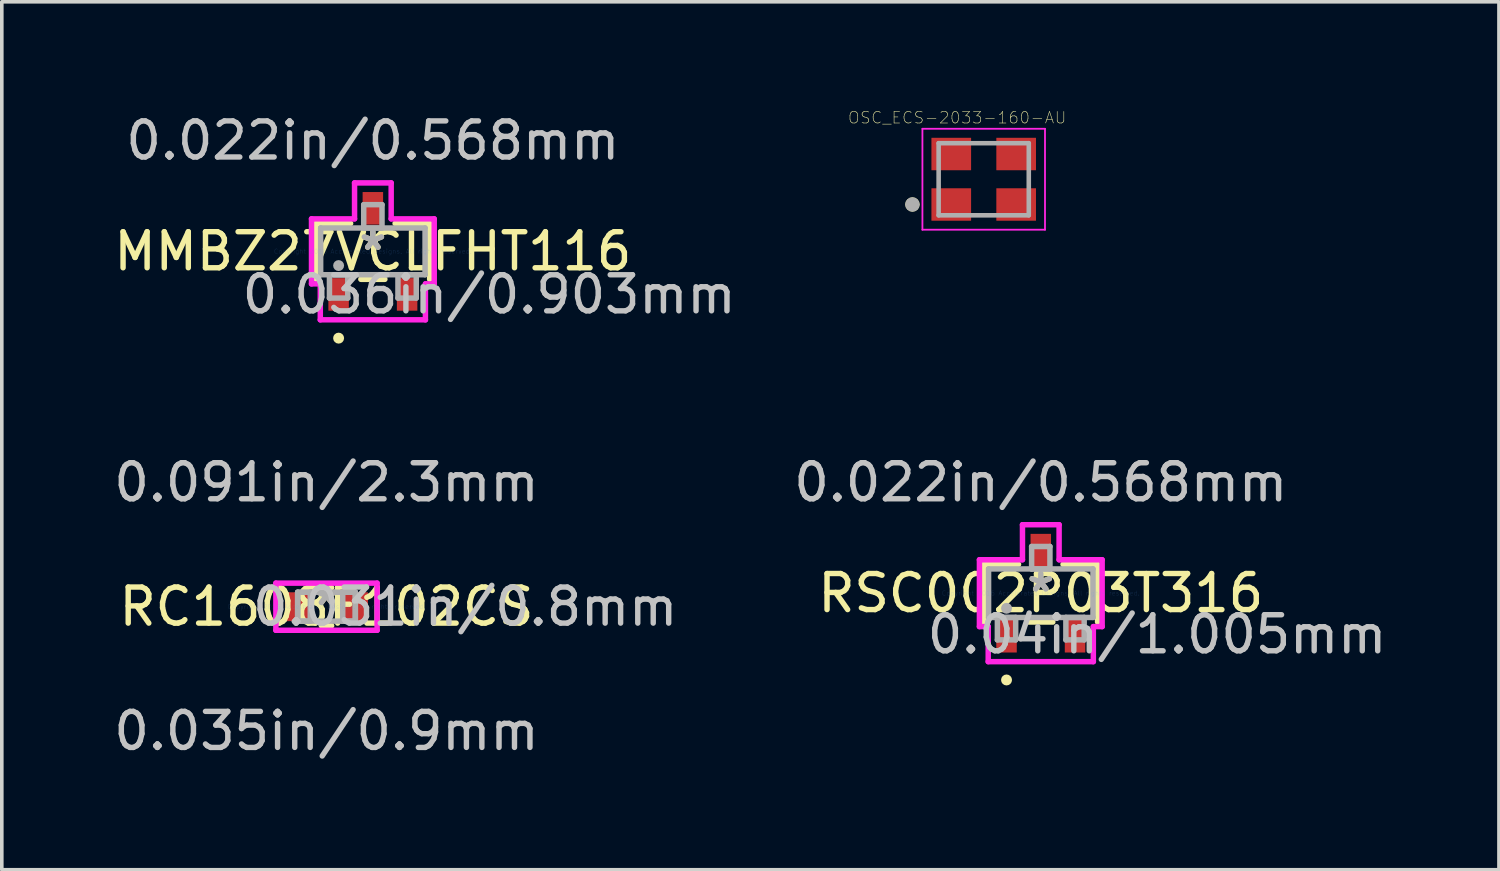
<source format=kicad_pcb>
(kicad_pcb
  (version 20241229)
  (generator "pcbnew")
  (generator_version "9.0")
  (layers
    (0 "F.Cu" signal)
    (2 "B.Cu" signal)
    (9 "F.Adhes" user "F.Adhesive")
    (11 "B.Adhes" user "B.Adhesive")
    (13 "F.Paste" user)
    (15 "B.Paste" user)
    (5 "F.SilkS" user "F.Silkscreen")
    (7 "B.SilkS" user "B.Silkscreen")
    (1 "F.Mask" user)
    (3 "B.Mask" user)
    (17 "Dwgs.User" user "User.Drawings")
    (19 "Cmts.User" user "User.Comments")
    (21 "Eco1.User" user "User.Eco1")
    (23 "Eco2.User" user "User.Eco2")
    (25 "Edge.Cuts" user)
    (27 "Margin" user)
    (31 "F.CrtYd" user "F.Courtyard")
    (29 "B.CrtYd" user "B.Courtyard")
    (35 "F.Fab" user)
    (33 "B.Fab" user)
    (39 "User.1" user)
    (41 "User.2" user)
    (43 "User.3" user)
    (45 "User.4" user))
  (footprint "RSC002P03T316"
    (layer "F.Cu")
    (at 25.818 13.403)
    (property "Reference" "RSC002P03T316" (at 0 0 0) (layer "F.SilkS") (effects (font (size 1 1) (thickness 0.15))))
    (attr through_hole)
    (fp_line (start -1.575 -0.8) (end -1.575 0.8) (stroke (width 0.152) (type solid)) (layer "F.SilkS"))
    (fp_line (start -0.617 -0.8) (end -1.575 -0.8) (stroke (width 0.152) (type solid)) (layer "F.SilkS"))
    (fp_line (start -0.333 0.8) (end 0.333 0.8) (stroke (width 0.152) (type solid)) (layer "F.SilkS"))
    (fp_line (start 1.575 -0.8) (end 0.617 -0.8) (stroke (width 0.152) (type solid)) (layer "F.SilkS"))
    (fp_line (start 1.575 0.8) (end 1.575 -0.8) (stroke (width 0.152) (type solid)) (layer "F.SilkS"))
    (fp_circle (center -0.95 2.407) (end -0.874 2.407) (stroke (width 0.152) (type solid)) (fill no) (layer "F.SilkS"))
    (fp_line (start -1.702 -0.927) (end -0.508 -0.927) (stroke (width 0.152) (type solid)) (layer "F.CrtYd"))
    (fp_line (start -1.702 0.927) (end -1.702 -0.927) (stroke (width 0.152) (type solid)) (layer "F.CrtYd"))
    (fp_line (start -1.458 0.927) (end -1.702 0.927) (stroke (width 0.152) (type solid)) (layer "F.CrtYd"))
    (fp_line (start -1.458 1.899) (end -1.458 0.927) (stroke (width 0.152) (type solid)) (layer "F.CrtYd"))
    (fp_line (start -0.508 -1.899) (end 0.508 -1.899) (stroke (width 0.152) (type solid)) (layer "F.CrtYd"))
    (fp_line (start -0.508 -0.927) (end -0.508 -1.899) (stroke (width 0.152) (type solid)) (layer "F.CrtYd"))
    (fp_line (start 0.508 -1.899) (end 0.508 -0.927) (stroke (width 0.152) (type solid)) (layer "F.CrtYd"))
    (fp_line (start 0.508 -0.927) (end 1.702 -0.927) (stroke (width 0.152) (type solid)) (layer "F.CrtYd"))
    (fp_line (start 1.458 0.927) (end 1.458 1.899) (stroke (width 0.152) (type solid)) (layer "F.CrtYd"))
    (fp_line (start 1.458 1.899) (end -1.458 1.899) (stroke (width 0.152) (type solid)) (layer "F.CrtYd"))
    (fp_line (start 1.702 -0.927) (end 1.702 0.927) (stroke (width 0.152) (type solid)) (layer "F.CrtYd"))
    (fp_line (start 1.702 0.927) (end 1.458 0.927) (stroke (width 0.152) (type solid)) (layer "F.CrtYd"))
    (fp_line (start -1.448 -0.673) (end -1.448 0.673) (stroke (width 0.152) (type solid)) (layer "F.Fab"))
    (fp_line (start -1.448 0.673) (end 1.448 0.673) (stroke (width 0.152) (type solid)) (layer "F.Fab"))
    (fp_line (start -1.204 0.673) (end -1.204 1.295) (stroke (width 0.152) (type solid)) (layer "F.Fab"))
    (fp_line (start -1.204 1.295) (end -0.696 1.295) (stroke (width 0.152) (type solid)) (layer "F.Fab"))
    (fp_line (start -0.696 0.673) (end -1.204 0.673) (stroke (width 0.152) (type solid)) (layer "F.Fab"))
    (fp_line (start -0.696 1.295) (end -0.696 0.673) (stroke (width 0.152) (type solid)) (layer "F.Fab"))
    (fp_line (start -0.254 -1.295) (end -0.254 -0.673) (stroke (width 0.152) (type solid)) (layer "F.Fab"))
    (fp_line (start -0.254 -0.673) (end 0.254 -0.673) (stroke (width 0.152) (type solid)) (layer "F.Fab"))
    (fp_line (start 0.254 -1.295) (end -0.254 -1.295) (stroke (width 0.152) (type solid)) (layer "F.Fab"))
    (fp_line (start 0.254 -0.673) (end 0.254 -1.295) (stroke (width 0.152) (type solid)) (layer "F.Fab"))
    (fp_line (start 0.696 0.673) (end 0.696 1.295) (stroke (width 0.152) (type solid)) (layer "F.Fab"))
    (fp_line (start 0.696 1.295) (end 1.204 1.295) (stroke (width 0.152) (type solid)) (layer "F.Fab"))
    (fp_line (start 1.204 0.673) (end 0.696 0.673) (stroke (width 0.152) (type solid)) (layer "F.Fab"))
    (fp_line (start 1.204 1.295) (end 1.204 0.673) (stroke (width 0.152) (type solid)) (layer "F.Fab"))
    (fp_line (start 1.448 -0.673) (end -1.448 -0.673) (stroke (width 0.152) (type solid)) (layer "F.Fab"))
    (fp_line (start 1.448 0.673) (end 1.448 -0.673) (stroke (width 0.152) (type solid)) (layer "F.Fab"))
    (fp_circle (center -0.95 0.419) (end -0.874 0.419) (stroke (width 0.152) (type solid)) (fill no) (layer "F.Fab"))
    (fp_text user "*" (at 0 0 0) (layer "F.SilkS") (effects (font (size 1 1) (thickness 0.15))))
    (fp_text user "0.022in/0.568mm" (at 0 -3.073 0) (layer "Dwgs.User") (effects (font (size 1 1) (thickness 0.15))))
    (fp_text user "0.04in/1.005mm" (at 3.226 1.143 0) (layer "Dwgs.User") (effects (font (size 1 1) (thickness 0.15))))
    (fp_text user "Copyright 2016 Accelerated Designs. All rights reserved." (at 0 0 0) (layer "Cmts.User") (effects (font (size 0.127 0.127) (thickness 0.002))))
    (fp_text user "*" (at 0 0 0) (layer "F.Fab") (effects (font (size 1 1) (thickness 0.15))))
    (pad "1" smd rect (at -0.95 1.143) (size 0.568 1.005) (layers "F.Cu" "F.Mask" "F.Paste"))
    (pad "2" smd rect (at 0.95 1.143) (size 0.568 1.005) (layers "F.Cu" "F.Mask" "F.Paste"))
    (pad "3" smd rect (at 0 -1.143) (size 0.568 1.005) (layers "F.Cu" "F.Mask" "F.Paste")))
  (footprint "OSC_ECS-2033-160-AU"
    (layer "F.Cu")
    (at 24.235 1.922)
    (property "Reference" "OSC_ECS-2033-160-AU" (at -0.736 -1.708 0) (layer "F.SilkS") (effects (font (size 0.321 0.321) (thickness 0.015))))
    (attr through_hole)
    (fp_circle (center -1.977 0.7) (end -1.877 0.7) (stroke (width 0.2) (type solid)) (fill no) (layer "F.SilkS"))
    (fp_line (start -1.7 -1.4) (end 1.7 -1.4) (stroke (width 0.05) (type solid)) (layer "F.CrtYd"))
    (fp_line (start -1.7 1.4) (end -1.7 -1.4) (stroke (width 0.05) (type solid)) (layer "F.CrtYd"))
    (fp_line (start 1.7 -1.4) (end 1.7 1.4) (stroke (width 0.05) (type solid)) (layer "F.CrtYd"))
    (fp_line (start 1.7 1.4) (end -1.7 1.4) (stroke (width 0.05) (type solid)) (layer "F.CrtYd"))
    (fp_line (start -1.25 -1) (end 1.25 -1) (stroke (width 0.127) (type solid)) (layer "F.Fab"))
    (fp_line (start -1.25 1) (end -1.25 -1) (stroke (width 0.127) (type solid)) (layer "F.Fab"))
    (fp_line (start 1.25 -1) (end 1.25 1) (stroke (width 0.127) (type solid)) (layer "F.Fab"))
    (fp_line (start 1.25 1) (end -1.25 1) (stroke (width 0.127) (type solid)) (layer "F.Fab"))
    (fp_circle (center -1.977 0.7) (end -1.877 0.7) (stroke (width 0.2) (type solid)) (fill no) (layer "F.Fab"))
    (pad "1" smd rect (at -0.9 0.7) (size 1.1 0.9) (layers "F.Cu" "F.Mask" "F.Paste"))
    (pad "2" smd rect (at 0.9 0.7) (size 1.1 0.9) (layers "F.Cu" "F.Mask" "F.Paste"))
    (pad "3" smd rect (at 0.9 -0.7) (size 1.1 0.9) (layers "F.Cu" "F.Mask" "F.Paste"))
    (pad "4" smd rect (at -0.9 -0.7) (size 1.1 0.9) (layers "F.Cu" "F.Mask" "F.Paste")))
  (footprint "MMBZ27VCLFHT116"
    (layer "F.Cu")
    (at 7.292 3.922)
    (property "Reference" "MMBZ27VCLFHT116" (at 0 0 0) (layer "F.SilkS") (effects (font (size 1 1) (thickness 0.15))))
    (attr through_hole)
    (fp_line (start -1.575 -0.775) (end -1.575 0.775) (stroke (width 0.152) (type solid)) (layer "F.SilkS"))
    (fp_line (start -0.617 -0.775) (end -1.575 -0.775) (stroke (width 0.152) (type solid)) (layer "F.SilkS"))
    (fp_line (start -0.333 0.775) (end 0.333 0.775) (stroke (width 0.152) (type solid)) (layer "F.SilkS"))
    (fp_line (start 1.575 -0.775) (end 0.617 -0.775) (stroke (width 0.152) (type solid)) (layer "F.SilkS"))
    (fp_line (start 1.575 0.775) (end 1.575 -0.775) (stroke (width 0.152) (type solid)) (layer "F.SilkS"))
    (fp_circle (center -0.95 2.407) (end -0.874 2.407) (stroke (width 0.152) (type solid)) (fill no) (layer "F.SilkS"))
    (fp_line (start -1.702 -0.902) (end -0.508 -0.902) (stroke (width 0.152) (type solid)) (layer "F.CrtYd"))
    (fp_line (start -1.702 0.902) (end -1.702 -0.902) (stroke (width 0.152) (type solid)) (layer "F.CrtYd"))
    (fp_line (start -1.458 0.902) (end -1.702 0.902) (stroke (width 0.152) (type solid)) (layer "F.CrtYd"))
    (fp_line (start -1.458 1.899) (end -1.458 0.902) (stroke (width 0.152) (type solid)) (layer "F.CrtYd"))
    (fp_line (start -0.508 -1.899) (end 0.508 -1.899) (stroke (width 0.152) (type solid)) (layer "F.CrtYd"))
    (fp_line (start -0.508 -0.902) (end -0.508 -1.899) (stroke (width 0.152) (type solid)) (layer "F.CrtYd"))
    (fp_line (start 0.508 -1.899) (end 0.508 -0.902) (stroke (width 0.152) (type solid)) (layer "F.CrtYd"))
    (fp_line (start 0.508 -0.902) (end 1.702 -0.902) (stroke (width 0.152) (type solid)) (layer "F.CrtYd"))
    (fp_line (start 1.458 0.902) (end 1.458 1.899) (stroke (width 0.152) (type solid)) (layer "F.CrtYd"))
    (fp_line (start 1.458 1.899) (end -1.458 1.899) (stroke (width 0.152) (type solid)) (layer "F.CrtYd"))
    (fp_line (start 1.702 -0.902) (end 1.702 0.902) (stroke (width 0.152) (type solid)) (layer "F.CrtYd"))
    (fp_line (start 1.702 0.902) (end 1.458 0.902) (stroke (width 0.152) (type solid)) (layer "F.CrtYd"))
    (fp_line (start -1.448 -0.648) (end -1.448 0.648) (stroke (width 0.152) (type solid)) (layer "F.Fab"))
    (fp_line (start -1.448 0.648) (end 1.448 0.648) (stroke (width 0.152) (type solid)) (layer "F.Fab"))
    (fp_line (start -1.204 0.648) (end -1.204 1.295) (stroke (width 0.152) (type solid)) (layer "F.Fab"))
    (fp_line (start -1.204 1.295) (end -0.696 1.295) (stroke (width 0.152) (type solid)) (layer "F.Fab"))
    (fp_line (start -0.696 0.648) (end -1.204 0.648) (stroke (width 0.152) (type solid)) (layer "F.Fab"))
    (fp_line (start -0.696 1.295) (end -0.696 0.648) (stroke (width 0.152) (type solid)) (layer "F.Fab"))
    (fp_line (start -0.254 -1.295) (end -0.254 -0.648) (stroke (width 0.152) (type solid)) (layer "F.Fab"))
    (fp_line (start -0.254 -0.648) (end 0.254 -0.648) (stroke (width 0.152) (type solid)) (layer "F.Fab"))
    (fp_line (start 0.254 -1.295) (end -0.254 -1.295) (stroke (width 0.152) (type solid)) (layer "F.Fab"))
    (fp_line (start 0.254 -0.648) (end 0.254 -1.295) (stroke (width 0.152) (type solid)) (layer "F.Fab"))
    (fp_line (start 0.696 0.648) (end 0.696 1.295) (stroke (width 0.152) (type solid)) (layer "F.Fab"))
    (fp_line (start 0.696 1.295) (end 1.204 1.295) (stroke (width 0.152) (type solid)) (layer "F.Fab"))
    (fp_line (start 1.204 0.648) (end 0.696 0.648) (stroke (width 0.152) (type solid)) (layer "F.Fab"))
    (fp_line (start 1.204 1.295) (end 1.204 0.648) (stroke (width 0.152) (type solid)) (layer "F.Fab"))
    (fp_line (start 1.448 -0.648) (end -1.448 -0.648) (stroke (width 0.152) (type solid)) (layer "F.Fab"))
    (fp_line (start 1.448 0.648) (end 1.448 -0.648) (stroke (width 0.152) (type solid)) (layer "F.Fab"))
    (fp_circle (center -0.95 0.394) (end -0.874 0.394) (stroke (width 0.152) (type solid)) (fill no) (layer "F.Fab"))
    (fp_text user "*" (at 0 0 0) (layer "F.SilkS") (effects (font (size 1 1) (thickness 0.15))))
    (fp_text user "0.036in/0.903mm" (at 3.226 1.194 0) (layer "Dwgs.User") (effects (font (size 1 1) (thickness 0.15))))
    (fp_text user "0.022in/0.568mm" (at 0 -3.073 0) (layer "Dwgs.User") (effects (font (size 1 1) (thickness 0.15))))
    (fp_text user "Copyright 2016 Accelerated Designs. All rights reserved." (at 0 0 0) (layer "Cmts.User") (effects (font (size 0.127 0.127) (thickness 0.002))))
    (fp_text user "*" (at 0 0 0) (layer "F.Fab") (effects (font (size 1 1) (thickness 0.15))))
    (pad "1" smd rect (at -0.95 1.194) (size 0.568 0.903) (layers "F.Cu" "F.Mask" "F.Paste"))
    (pad "2" smd rect (at 0.95 1.194) (size 0.568 0.903) (layers "F.Cu" "F.Mask" "F.Paste"))
    (pad "3" smd rect (at 0 -1.194) (size 0.568 0.903) (layers "F.Cu" "F.Mask" "F.Paste")))
  (footprint "RC1608F102CS"
    (layer "F.Cu")
    (at 6.006 13.778)
    (property "Reference" "RC1608F102CS" (at 0 0 0) (layer "F.SilkS") (effects (font (size 1 1) (thickness 0.15))))
    (attr through_hole)
    (fp_line (start -0.142 0.527) (end 0.142 0.527) (stroke (width 0.152) (type solid)) (layer "F.SilkS"))
    (fp_line (start 0.142 -0.527) (end -0.142 -0.527) (stroke (width 0.152) (type solid)) (layer "F.SilkS"))
    (fp_line (start -1.404 -0.654) (end 1.404 -0.654) (stroke (width 0.152) (type solid)) (layer "F.CrtYd"))
    (fp_line (start -1.404 0.654) (end -1.404 -0.654) (stroke (width 0.152) (type solid)) (layer "F.CrtYd"))
    (fp_line (start 1.404 -0.654) (end 1.404 0.654) (stroke (width 0.152) (type solid)) (layer "F.CrtYd"))
    (fp_line (start 1.404 0.654) (end -1.404 0.654) (stroke (width 0.152) (type solid)) (layer "F.CrtYd"))
    (fp_line (start -0.8 -0.4) (end -0.8 0.4) (stroke (width 0.152) (type solid)) (layer "F.Fab"))
    (fp_line (start -0.8 -0.4) (end -0.8 0.4) (stroke (width 0.152) (type solid)) (layer "F.Fab"))
    (fp_line (start -0.8 0.4) (end -0.45 0.4) (stroke (width 0.152) (type solid)) (layer "F.Fab"))
    (fp_line (start -0.8 0.4) (end 0.8 0.4) (stroke (width 0.152) (type solid)) (layer "F.Fab"))
    (fp_line (start -0.45 -0.4) (end -0.8 -0.4) (stroke (width 0.152) (type solid)) (layer "F.Fab"))
    (fp_line (start -0.45 0.4) (end -0.45 -0.4) (stroke (width 0.152) (type solid)) (layer "F.Fab"))
    (fp_line (start 0.45 -0.4) (end 0.45 0.4) (stroke (width 0.152) (type solid)) (layer "F.Fab"))
    (fp_line (start 0.45 0.4) (end 0.8 0.4) (stroke (width 0.152) (type solid)) (layer "F.Fab"))
    (fp_line (start 0.8 -0.4) (end -0.8 -0.4) (stroke (width 0.152) (type solid)) (layer "F.Fab"))
    (fp_line (start 0.8 -0.4) (end 0.45 -0.4) (stroke (width 0.152) (type solid)) (layer "F.Fab"))
    (fp_line (start 0.8 0.4) (end 0.8 -0.4) (stroke (width 0.152) (type solid)) (layer "F.Fab"))
    (fp_line (start 0.8 0.4) (end 0.8 -0.4) (stroke (width 0.152) (type solid)) (layer "F.Fab"))
    (fp_text user "*" (at 0 0 0) (layer "F.SilkS") (effects (font (size 1 1) (thickness 0.15))))
    (fp_text user "0.035in/0.9mm" (at 0 3.448 0) (layer "Dwgs.User") (effects (font (size 1 1) (thickness 0.15))))
    (fp_text user "0.031in/0.8mm" (at 3.848 0 0) (layer "Dwgs.User") (effects (font (size 1 1) (thickness 0.15))))
    (fp_text user "0.091in/2.3mm" (at 0 -3.448 0) (layer "Dwgs.User") (effects (font (size 1 1) (thickness 0.15))))
    (fp_text user "Copyright 2016 Accelerated Designs. All rights reserved." (at 0 0 0) (layer "Cmts.User") (effects (font (size 0.127 0.127) (thickness 0.002))))
    (fp_text user "*" (at 0 0 0) (layer "F.Fab") (effects (font (size 1 1) (thickness 0.15))))
    (pad "1" smd rect (at -0.8 0) (size 0.7 0.8) (layers "F.Cu" "F.Mask" "F.Paste"))
    (pad "2" smd rect (at 0.8 0) (size 0.7 0.8) (layers "F.Cu" "F.Mask" "F.Paste")))
  (gr_rect
    (start -3 -3)
    (end 38.526 21.074)
    (stroke (width 0.1) (type default))
    (fill no)
    (layer "Edge.Cuts")))
</source>
